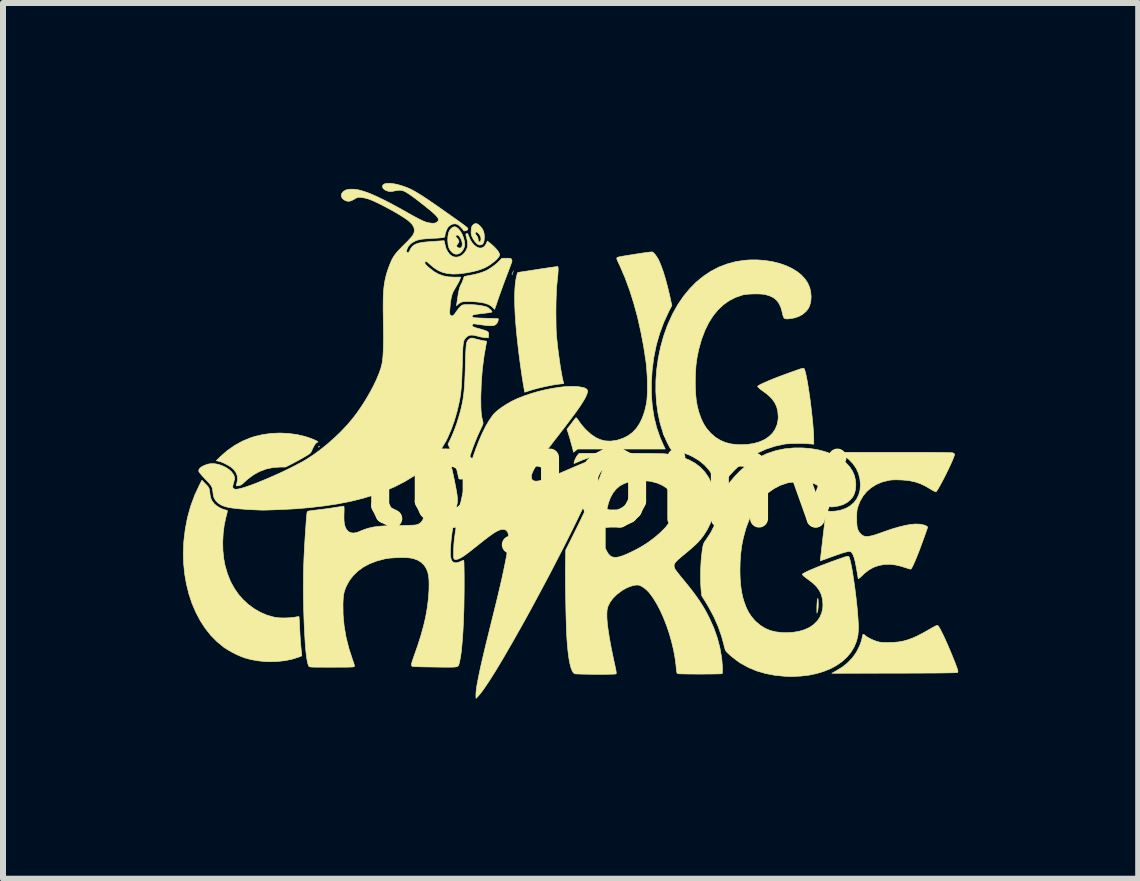
<source format=kicad_pcb>
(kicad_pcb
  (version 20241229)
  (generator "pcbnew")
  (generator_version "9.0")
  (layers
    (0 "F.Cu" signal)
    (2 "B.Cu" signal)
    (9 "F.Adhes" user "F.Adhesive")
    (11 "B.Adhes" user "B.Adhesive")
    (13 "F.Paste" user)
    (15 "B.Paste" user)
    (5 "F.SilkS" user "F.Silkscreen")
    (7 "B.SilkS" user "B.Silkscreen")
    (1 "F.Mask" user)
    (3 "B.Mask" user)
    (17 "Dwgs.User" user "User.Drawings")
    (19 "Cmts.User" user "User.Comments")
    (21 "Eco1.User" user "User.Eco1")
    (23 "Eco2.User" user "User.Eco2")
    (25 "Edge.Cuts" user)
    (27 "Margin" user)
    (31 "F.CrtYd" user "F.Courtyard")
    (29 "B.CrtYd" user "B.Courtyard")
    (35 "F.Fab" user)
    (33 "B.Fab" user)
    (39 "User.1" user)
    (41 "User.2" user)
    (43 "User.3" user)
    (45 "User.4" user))
  (footprint "logoinv"
    (layer "F.Cu")
    (at 7.024 4.903)
    (property "Reference" "logoinv" (at 0 0 0) (layer "F.SilkS") (effects (font (size 1.524 1.524) (thickness 0.3))))
    (attr through_hole)
    (fp_poly (pts (xy -1.524 -3.408) (xy -1.528 -3.404) (xy -1.532 -3.408) (xy -1.528 -3.412) (xy -1.524 -3.408)) (stroke (width 0.01) (type solid)) (fill yes) (layer "F.SilkS"))
    (fp_poly (pts (xy -1.516 -3.433) (xy -1.52 -3.429) (xy -1.524 -3.433) (xy -1.52 -3.437) (xy -1.516 -3.433)) (stroke (width 0.01) (type solid)) (fill yes) (layer "F.SilkS"))
    (fp_poly (pts (xy -1.535 -3.392) (xy -1.534 -3.382) (xy -1.535 -3.381) (xy -1.54 -3.382) (xy -1.541 -3.387) (xy -1.538 -3.394) (xy -1.535 -3.392)) (stroke (width 0.01) (type solid)) (fill yes) (layer "F.SilkS"))
    (fp_poly (pts (xy 1.897 0.208) (xy 1.902 0.218) (xy 1.9 0.221) (xy 1.892 0.228) (xy 1.888 0.22) (xy 1.888 0.215) (xy 1.892 0.207) (xy 1.897 0.208)) (stroke (width 0.01) (type solid)) (fill yes) (layer "F.SilkS"))
    (fp_poly (pts (xy -4.752 -0.511) (xy -4.754 -0.508) (xy -4.762 -0.5) (xy -4.763 -0.5) (xy -4.764 -0.505) (xy -4.763 -0.508) (xy -4.755 -0.516) (xy -4.753 -0.516) (xy -4.752 -0.511)) (stroke (width 0.01) (type solid)) (fill yes) (layer "F.SilkS"))
    (fp_poly (pts (xy 3.557 2.024) (xy 3.561 2.049) (xy 3.563 2.085) (xy 3.563 2.127) (xy 3.561 2.17) (xy 3.557 2.206) (xy 3.552 2.231) (xy 3.541 2.265) (xy 3.54 2.213) (xy 3.54 2.176) (xy 3.541 2.138) (xy 3.543 2.1) (xy 3.546 2.067) (xy 3.549 2.041) (xy 3.553 2.024) (xy 3.556 2.021) (xy 3.557 2.024)) (stroke (width 0.01) (type solid)) (fill yes) (layer "F.SilkS"))
    (fp_poly (pts (xy -2.11 -4.217) (xy -2.079 -4.191) (xy -2.067 -4.178) (xy -2.035 -4.138) (xy -2.016 -4.099) (xy -2.005 -4.057) (xy -2.002 -4.005) (xy -2.005 -3.951) (xy -2.014 -3.913) (xy -2.029 -3.887) (xy -2.052 -3.874) (xy -2.068 -3.871) (xy -2.09 -3.872) (xy -2.109 -3.88) (xy -2.132 -3.898) (xy -2.154 -3.922) (xy -2.177 -3.954) (xy -2.194 -3.981) (xy -2.209 -4.012) (xy -2.218 -4.037) (xy -2.221 -4.064) (xy -2.222 -4.069) (xy -2.155 -4.069) (xy -2.153 -4.059) (xy -2.143 -4.043) (xy -2.133 -4.031) (xy -2.113 -3.999) (xy -2.106 -3.971) (xy -2.106 -3.969) (xy -2.103 -3.942) (xy -2.094 -3.925) (xy -2.08 -3.922) (xy -2.068 -3.93) (xy -2.061 -3.945) (xy -2.058 -3.968) (xy -2.057 -3.975) (xy -2.065 -4.013) (xy -2.086 -4.049) (xy -2.117 -4.079) (xy -2.132 -4.087) (xy -2.142 -4.084) (xy -2.148 -4.079) (xy -2.155 -4.069) (xy -2.222 -4.069) (xy -2.222 -4.099) (xy -2.219 -4.147) (xy -2.209 -4.181) (xy -2.19 -4.206) (xy -2.165 -4.223) (xy -2.139 -4.228) (xy -2.11 -4.217)) (stroke (width 0.01) (type solid)) (fill yes) (layer "F.SilkS"))
    (fp_poly (pts (xy -2.465 -4.164) (xy -2.435 -4.14) (xy -2.402 -4.101) (xy -2.373 -4.05) (xy -2.35 -3.992) (xy -2.334 -3.932) (xy -2.328 -3.875) (xy -2.328 -3.874) (xy -2.334 -3.841) (xy -2.35 -3.804) (xy -2.372 -3.769) (xy -2.397 -3.742) (xy -2.403 -3.738) (xy -2.443 -3.719) (xy -2.482 -3.717) (xy -2.52 -3.732) (xy -2.539 -3.747) (xy -2.571 -3.782) (xy -2.593 -3.824) (xy -2.606 -3.874) (xy -2.611 -3.935) (xy -2.612 -3.95) (xy -2.609 -4.016) (xy -2.608 -4.018) (xy -2.478 -4.018) (xy -2.477 -4.009) (xy -2.466 -3.995) (xy -2.458 -3.986) (xy -2.435 -3.957) (xy -2.425 -3.934) (xy -2.43 -3.912) (xy -2.442 -3.894) (xy -2.456 -3.875) (xy -2.463 -3.859) (xy -2.464 -3.857) (xy -2.457 -3.837) (xy -2.439 -3.824) (xy -2.416 -3.819) (xy -2.394 -3.822) (xy -2.379 -3.836) (xy -2.379 -3.836) (xy -2.37 -3.869) (xy -2.371 -3.908) (xy -2.382 -3.95) (xy -2.4 -3.988) (xy -2.424 -4.019) (xy -2.432 -4.025) (xy -2.449 -4.036) (xy -2.459 -4.037) (xy -2.47 -4.028) (xy -2.478 -4.018) (xy -2.608 -4.018) (xy -2.599 -4.069) (xy -2.583 -4.11) (xy -2.558 -4.142) (xy -2.552 -4.148) (xy -2.522 -4.169) (xy -2.494 -4.174) (xy -2.465 -4.164)) (stroke (width 0.01) (type solid)) (fill yes) (layer "F.SilkS"))
    (fp_poly (pts (xy -5.266 -0.729) (xy -5.127 -0.711) (xy -4.995 -0.68) (xy -4.943 -0.664) (xy -4.894 -0.647) (xy -4.851 -0.63) (xy -4.816 -0.614) (xy -4.79 -0.601) (xy -4.776 -0.591) (xy -4.775 -0.585) (xy -4.783 -0.584) (xy -4.797 -0.577) (xy -4.816 -0.558) (xy -4.836 -0.53) (xy -4.854 -0.497) (xy -4.866 -0.471) (xy -4.879 -0.44) (xy -4.893 -0.414) (xy -4.905 -0.399) (xy -4.906 -0.398) (xy -4.93 -0.381) (xy -4.967 -0.358) (xy -5.012 -0.331) (xy -5.063 -0.302) (xy -5.117 -0.272) (xy -5.17 -0.244) (xy -5.2 -0.228) (xy -5.316 -0.169) (xy -5.405 -0.169) (xy -5.524 -0.161) (xy -5.638 -0.137) (xy -5.745 -0.097) (xy -5.848 -0.041) (xy -5.943 0.03) (xy -5.99 0.072) (xy -6.018 0.098) (xy -6.045 0.12) (xy -6.067 0.133) (xy -6.074 0.136) (xy -6.101 0.142) (xy -6.123 0.144) (xy -6.137 0.141) (xy -6.138 0.138) (xy -6.135 0.126) (xy -6.129 0.106) (xy -6.126 0.097) (xy -6.114 0.04) (xy -6.118 -0.017) (xy -6.138 -0.072) (xy -6.174 -0.123) (xy -6.199 -0.148) (xy -6.237 -0.177) (xy -6.286 -0.206) (xy -6.339 -0.233) (xy -6.391 -0.255) (xy -6.425 -0.265) (xy -6.469 -0.276) (xy -6.401 -0.343) (xy -6.288 -0.442) (xy -6.165 -0.528) (xy -6.033 -0.601) (xy -5.894 -0.658) (xy -5.823 -0.681) (xy -5.691 -0.711) (xy -5.552 -0.73) (xy -5.409 -0.736) (xy -5.266 -0.729)) (stroke (width 0.01) (type solid)) (fill yes) (layer "F.SilkS"))
    (fp_poly (pts (xy -1.597 -3.649) (xy -1.574 -3.647) (xy -1.56 -3.643) (xy -1.552 -3.637) (xy -1.55 -3.633) (xy -1.542 -3.613) (xy -1.541 -3.603) (xy -1.544 -3.592) (xy -1.552 -3.567) (xy -1.565 -3.531) (xy -1.582 -3.486) (xy -1.601 -3.433) (xy -1.623 -3.376) (xy -1.625 -3.372) (xy -1.651 -3.302) (xy -1.68 -3.226) (xy -1.708 -3.148) (xy -1.735 -3.073) (xy -1.759 -3.007) (xy -1.769 -2.977) (xy -1.787 -2.925) (xy -1.802 -2.879) (xy -1.815 -2.842) (xy -1.825 -2.814) (xy -1.83 -2.8) (xy -1.831 -2.798) (xy -1.837 -2.803) (xy -1.85 -2.817) (xy -1.856 -2.823) (xy -1.889 -2.854) (xy -1.933 -2.879) (xy -1.988 -2.898) (xy -2.057 -2.913) (xy -2.139 -2.922) (xy -2.215 -2.927) (xy -2.274 -2.929) (xy -2.32 -2.928) (xy -2.355 -2.925) (xy -2.383 -2.918) (xy -2.406 -2.907) (xy -2.428 -2.891) (xy -2.436 -2.884) (xy -2.466 -2.858) (xy -2.46 -2.9) (xy -2.449 -2.978) (xy -2.439 -3.04) (xy -2.43 -3.091) (xy -2.421 -3.13) (xy -2.412 -3.162) (xy -2.403 -3.187) (xy -2.392 -3.208) (xy -2.392 -3.209) (xy -2.374 -3.243) (xy -2.36 -3.279) (xy -2.353 -3.3) (xy -2.344 -3.329) (xy -2.334 -3.344) (xy -2.325 -3.348) (xy -2.309 -3.351) (xy -2.281 -3.356) (xy -2.246 -3.363) (xy -2.231 -3.366) (xy -2.165 -3.379) (xy -2.1 -3.396) (xy -2.039 -3.415) (xy -1.989 -3.435) (xy -1.968 -3.444) (xy -1.911 -3.477) (xy -1.851 -3.518) (xy -1.796 -3.562) (xy -1.757 -3.599) (xy -1.709 -3.649) (xy -1.634 -3.649) (xy -1.597 -3.649)) (stroke (width 0.01) (type solid)) (fill yes) (layer "F.SilkS"))
    (fp_poly (pts (xy -2.168 -2.311) (xy -2.141 -2.303) (xy -2.103 -2.293) (xy -2.059 -2.283) (xy -2.025 -2.276) (xy -1.963 -2.266) (xy -1.968 -2.24) (xy -2.005 -2.031) (xy -2.034 -1.812) (xy -2.052 -1.589) (xy -2.06 -1.367) (xy -2.061 -1.312) (xy -2.06 -1.228) (xy -2.059 -1.157) (xy -2.056 -1.097) (xy -2.051 -1.045) (xy -2.044 -0.999) (xy -2.034 -0.955) (xy -2.025 -0.919) (xy -2.023 -0.905) (xy -2.025 -0.89) (xy -2.032 -0.869) (xy -2.045 -0.839) (xy -2.062 -0.804) (xy -2.113 -0.693) (xy -2.166 -0.565) (xy -2.218 -0.424) (xy -2.269 -0.27) (xy -2.318 -0.11) (xy -2.358 0.03) (xy -2.39 0.032) (xy -2.415 0.031) (xy -2.426 0.024) (xy -2.429 0.012) (xy -2.435 -0.013) (xy -2.443 -0.048) (xy -2.453 -0.091) (xy -2.459 -0.114) (xy -2.487 -0.228) (xy -2.515 -0.326) (xy -2.545 -0.41) (xy -2.575 -0.48) (xy -2.608 -0.55) (xy -2.578 -0.61) (xy -2.54 -0.692) (xy -2.501 -0.787) (xy -2.464 -0.888) (xy -2.431 -0.993) (xy -2.402 -1.095) (xy -2.397 -1.113) (xy -2.381 -1.181) (xy -2.367 -1.245) (xy -2.356 -1.308) (xy -2.347 -1.373) (xy -2.339 -1.441) (xy -2.333 -1.516) (xy -2.328 -1.601) (xy -2.324 -1.696) (xy -2.32 -1.806) (xy -2.32 -1.827) (xy -2.317 -1.923) (xy -2.315 -2.004) (xy -2.312 -2.071) (xy -2.309 -2.126) (xy -2.306 -2.17) (xy -2.303 -2.204) (xy -2.298 -2.23) (xy -2.293 -2.251) (xy -2.287 -2.266) (xy -2.279 -2.278) (xy -2.27 -2.288) (xy -2.265 -2.292) (xy -2.245 -2.309) (xy -2.224 -2.317) (xy -2.2 -2.318) (xy -2.168 -2.311)) (stroke (width 0.01) (type solid)) (fill yes) (layer "F.SilkS"))
    (fp_poly (pts (xy 5.557 2.475) (xy 5.566 2.483) (xy 5.574 2.496) (xy 5.577 2.5) (xy 5.597 2.534) (xy 5.621 2.582) (xy 5.65 2.64) (xy 5.681 2.707) (xy 5.713 2.779) (xy 5.746 2.855) (xy 5.778 2.931) (xy 5.798 2.98) (xy 5.827 3.051) (xy 5.849 3.108) (xy 5.866 3.153) (xy 5.878 3.187) (xy 5.886 3.212) (xy 5.89 3.23) (xy 5.891 3.242) (xy 5.889 3.249) (xy 5.885 3.254) (xy 5.88 3.255) (xy 5.867 3.257) (xy 5.846 3.258) (xy 5.816 3.259) (xy 5.776 3.26) (xy 5.725 3.261) (xy 5.664 3.262) (xy 5.59 3.263) (xy 5.504 3.264) (xy 5.405 3.264) (xy 5.292 3.265) (xy 5.164 3.265) (xy 5.021 3.266) (xy 4.861 3.266) (xy 4.832 3.266) (xy 3.789 3.268) (xy 3.852 3.233) (xy 3.961 3.167) (xy 4.054 3.092) (xy 4.133 3.01) (xy 4.198 2.918) (xy 4.249 2.818) (xy 4.272 2.757) (xy 4.284 2.721) (xy 4.293 2.684) (xy 4.298 2.658) (xy 4.304 2.63) (xy 4.313 2.618) (xy 4.327 2.622) (xy 4.34 2.634) (xy 4.362 2.652) (xy 4.396 2.673) (xy 4.437 2.695) (xy 4.483 2.716) (xy 4.528 2.733) (xy 4.528 2.733) (xy 4.555 2.741) (xy 4.579 2.747) (xy 4.605 2.751) (xy 4.636 2.754) (xy 4.676 2.755) (xy 4.729 2.755) (xy 4.815 2.753) (xy 4.896 2.746) (xy 4.973 2.733) (xy 5.049 2.712) (xy 5.128 2.684) (xy 5.211 2.647) (xy 5.302 2.6) (xy 5.393 2.549) (xy 5.445 2.519) (xy 5.484 2.497) (xy 5.513 2.482) (xy 5.533 2.473) (xy 5.547 2.471) (xy 5.557 2.475)) (stroke (width 0.01) (type solid)) (fill yes) (layer "F.SilkS"))
    (fp_poly (pts (xy -0.78 -3.509) (xy -0.775 -3.503) (xy -0.772 -3.489) (xy -0.772 -3.464) (xy -0.773 -3.429) (xy -0.776 -3.381) (xy -0.782 -3.319) (xy -0.79 -3.242) (xy -0.793 -3.213) (xy -0.798 -3.16) (xy -0.801 -3.094) (xy -0.804 -3.016) (xy -0.807 -2.931) (xy -0.808 -2.84) (xy -0.809 -2.747) (xy -0.808 -2.655) (xy -0.807 -2.567) (xy -0.806 -2.486) (xy -0.803 -2.414) (xy -0.799 -2.355) (xy -0.797 -2.333) (xy -0.786 -2.227) (xy -0.774 -2.121) (xy -0.76 -2.017) (xy -0.746 -1.916) (xy -0.732 -1.822) (xy -0.717 -1.738) (xy -0.704 -1.665) (xy -0.691 -1.608) (xy -0.679 -1.56) (xy -0.734 -1.554) (xy -0.817 -1.544) (xy -0.909 -1.527) (xy -1.007 -1.507) (xy -1.104 -1.484) (xy -1.196 -1.459) (xy -1.268 -1.436) (xy -1.297 -1.426) (xy -1.319 -1.42) (xy -1.329 -1.417) (xy -1.329 -1.417) (xy -1.331 -1.426) (xy -1.335 -1.448) (xy -1.34 -1.479) (xy -1.346 -1.512) (xy -1.352 -1.544) (xy -1.359 -1.59) (xy -1.368 -1.647) (xy -1.378 -1.711) (xy -1.388 -1.78) (xy -1.398 -1.851) (xy -1.401 -1.871) (xy -1.426 -2.059) (xy -1.447 -2.239) (xy -1.465 -2.41) (xy -1.479 -2.57) (xy -1.489 -2.72) (xy -1.495 -2.858) (xy -1.497 -2.984) (xy -1.495 -3.096) (xy -1.489 -3.193) (xy -1.479 -3.275) (xy -1.478 -3.285) (xy -1.469 -3.327) (xy -1.461 -3.364) (xy -1.453 -3.392) (xy -1.447 -3.409) (xy -1.444 -3.412) (xy -1.435 -3.413) (xy -1.411 -3.417) (xy -1.375 -3.423) (xy -1.327 -3.43) (xy -1.269 -3.439) (xy -1.204 -3.449) (xy -1.133 -3.46) (xy -1.117 -3.463) (xy -1.044 -3.474) (xy -0.977 -3.484) (xy -0.916 -3.493) (xy -0.865 -3.5) (xy -0.824 -3.506) (xy -0.795 -3.509) (xy -0.781 -3.51) (xy -0.78 -3.509)) (stroke (width 0.01) (type solid)) (fill yes) (layer "F.SilkS"))
    (fp_poly (pts (xy -6.649 0.113) (xy -6.622 0.14) (xy -6.604 0.162) (xy -6.592 0.182) (xy -6.585 0.205) (xy -6.58 0.235) (xy -6.575 0.277) (xy -6.574 0.287) (xy -6.564 0.342) (xy -6.543 0.39) (xy -6.509 0.436) (xy -6.501 0.445) (xy -6.468 0.474) (xy -6.425 0.502) (xy -6.378 0.526) (xy -6.333 0.542) (xy -6.316 0.546) (xy -6.294 0.551) (xy -6.285 0.558) (xy -6.285 0.57) (xy -6.285 0.57) (xy -6.288 0.586) (xy -6.295 0.614) (xy -6.304 0.649) (xy -6.31 0.673) (xy -6.338 0.804) (xy -6.355 0.942) (xy -6.362 1.083) (xy -6.359 1.223) (xy -6.345 1.357) (xy -6.324 1.469) (xy -6.283 1.61) (xy -6.231 1.74) (xy -6.165 1.859) (xy -6.088 1.968) (xy -6.026 2.037) (xy -5.936 2.12) (xy -5.837 2.193) (xy -5.733 2.253) (xy -5.625 2.299) (xy -5.516 2.33) (xy -5.479 2.337) (xy -5.428 2.343) (xy -5.367 2.346) (xy -5.301 2.345) (xy -5.237 2.342) (xy -5.181 2.336) (xy -5.16 2.333) (xy -5.129 2.327) (xy -5.105 2.324) (xy -5.092 2.323) (xy -5.091 2.323) (xy -5.09 2.332) (xy -5.088 2.355) (xy -5.086 2.39) (xy -5.083 2.435) (xy -5.081 2.487) (xy -5.08 2.507) (xy -5.074 2.624) (xy -5.067 2.73) (xy -5.059 2.83) (xy -5.049 2.927) (xy -5.044 2.977) (xy -5.09 2.996) (xy -5.199 3.031) (xy -5.32 3.057) (xy -5.45 3.071) (xy -5.587 3.075) (xy -5.66 3.072) (xy -5.774 3.06) (xy -5.889 3.04) (xy -5.996 3.011) (xy -6 3.009) (xy -6.062 2.986) (xy -6.132 2.955) (xy -6.204 2.919) (xy -6.272 2.88) (xy -6.331 2.843) (xy -6.345 2.833) (xy -6.456 2.742) (xy -6.559 2.638) (xy -6.652 2.521) (xy -6.736 2.392) (xy -6.81 2.252) (xy -6.874 2.103) (xy -6.926 1.945) (xy -6.967 1.78) (xy -6.997 1.609) (xy -7.014 1.432) (xy -7.019 1.278) (xy -7.011 1.072) (xy -6.987 0.87) (xy -6.949 0.672) (xy -6.896 0.481) (xy -6.828 0.297) (xy -6.749 0.129) (xy -6.709 0.05) (xy -6.649 0.113)) (stroke (width 0.01) (type solid)) (fill yes) (layer "F.SilkS"))
    (fp_poly (pts (xy 0.796 -3.755) (xy 0.818 -3.741) (xy 0.842 -3.715) (xy 0.869 -3.678) (xy 0.896 -3.634) (xy 0.911 -3.603) (xy 0.945 -3.522) (xy 0.98 -3.424) (xy 1.015 -3.31) (xy 1.05 -3.18) (xy 1.085 -3.034) (xy 1.088 -3.02) (xy 1.123 -2.861) (xy 1.074 -2.766) (xy 0.989 -2.582) (xy 0.919 -2.393) (xy 0.863 -2.198) (xy 0.822 -1.995) (xy 0.795 -1.785) (xy 0.781 -1.571) (xy 0.782 -1.371) (xy 0.798 -1.18) (xy 0.827 -0.998) (xy 0.87 -0.825) (xy 0.928 -0.659) (xy 0.971 -0.559) (xy 1.013 -0.47) (xy -0.447 -0.47) (xy -0.481 -0.443) (xy -0.514 -0.416) (xy -0.545 -0.532) (xy -0.559 -0.582) (xy -0.573 -0.635) (xy -0.588 -0.684) (xy -0.6 -0.722) (xy -0.6 -0.723) (xy -0.625 -0.799) (xy -0.556 -0.888) (xy -0.53 -0.923) (xy -0.507 -0.953) (xy -0.489 -0.975) (xy -0.479 -0.988) (xy -0.479 -0.989) (xy -0.472 -0.991) (xy -0.462 -0.984) (xy -0.448 -0.966) (xy -0.427 -0.935) (xy -0.423 -0.929) (xy -0.398 -0.894) (xy -0.365 -0.853) (xy -0.329 -0.812) (xy -0.301 -0.783) (xy -0.224 -0.714) (xy -0.145 -0.661) (xy -0.066 -0.625) (xy 0.016 -0.605) (xy 0.102 -0.601) (xy 0.192 -0.613) (xy 0.216 -0.618) (xy 0.31 -0.649) (xy 0.393 -0.691) (xy 0.467 -0.746) (xy 0.531 -0.813) (xy 0.585 -0.894) (xy 0.631 -0.988) (xy 0.669 -1.097) (xy 0.698 -1.22) (xy 0.7 -1.23) (xy 0.707 -1.282) (xy 0.712 -1.347) (xy 0.715 -1.423) (xy 0.716 -1.507) (xy 0.715 -1.595) (xy 0.712 -1.685) (xy 0.706 -1.773) (xy 0.699 -1.856) (xy 0.692 -1.922) (xy 0.653 -2.179) (xy 0.605 -2.429) (xy 0.551 -2.669) (xy 0.488 -2.9) (xy 0.419 -3.118) (xy 0.343 -3.324) (xy 0.261 -3.515) (xy 0.238 -3.564) (xy 0.22 -3.602) (xy 0.209 -3.628) (xy 0.205 -3.645) (xy 0.207 -3.656) (xy 0.215 -3.663) (xy 0.218 -3.665) (xy 0.231 -3.669) (xy 0.258 -3.674) (xy 0.296 -3.682) (xy 0.344 -3.69) (xy 0.399 -3.699) (xy 0.458 -3.708) (xy 0.519 -3.718) (xy 0.579 -3.727) (xy 0.637 -3.736) (xy 0.689 -3.743) (xy 0.734 -3.749) (xy 0.768 -3.753) (xy 0.79 -3.755) (xy 0.796 -3.755)) (stroke (width 0.01) (type solid)) (fill yes) (layer "F.SilkS"))
    (fp_poly (pts (xy 5.009 -0.415) (xy 5.156 -0.415) (xy 5.287 -0.414) (xy 5.402 -0.414) (xy 5.502 -0.413) (xy 5.587 -0.412) (xy 5.657 -0.412) (xy 5.714 -0.41) (xy 5.757 -0.409) (xy 5.786 -0.408) (xy 5.803 -0.406) (xy 5.807 -0.406) (xy 5.828 -0.393) (xy 5.834 -0.379) (xy 5.83 -0.36) (xy 5.819 -0.329) (xy 5.803 -0.288) (xy 5.781 -0.239) (xy 5.756 -0.184) (xy 5.728 -0.125) (xy 5.699 -0.065) (xy 5.668 -0.004) (xy 5.638 0.054) (xy 5.609 0.108) (xy 5.583 0.156) (xy 5.56 0.195) (xy 5.541 0.224) (xy 5.528 0.24) (xy 5.524 0.243) (xy 5.512 0.24) (xy 5.49 0.23) (xy 5.461 0.215) (xy 5.446 0.205) (xy 5.354 0.151) (xy 5.267 0.109) (xy 5.179 0.079) (xy 5.086 0.059) (xy 4.984 0.048) (xy 4.928 0.045) (xy 4.867 0.043) (xy 4.818 0.044) (xy 4.776 0.047) (xy 4.735 0.053) (xy 4.729 0.055) (xy 4.623 0.082) (xy 4.527 0.123) (xy 4.442 0.177) (xy 4.368 0.242) (xy 4.306 0.319) (xy 4.256 0.407) (xy 4.224 0.491) (xy 4.216 0.519) (xy 4.21 0.545) (xy 4.207 0.573) (xy 4.205 0.608) (xy 4.204 0.654) (xy 4.204 0.686) (xy 4.205 0.753) (xy 4.208 0.806) (xy 4.215 0.848) (xy 4.227 0.882) (xy 4.242 0.911) (xy 4.264 0.937) (xy 4.266 0.939) (xy 4.288 0.96) (xy 4.312 0.976) (xy 4.338 0.985) (xy 4.368 0.989) (xy 4.405 0.986) (xy 4.45 0.977) (xy 4.505 0.962) (xy 4.571 0.94) (xy 4.652 0.911) (xy 4.652 0.911) (xy 4.785 0.865) (xy 4.904 0.83) (xy 5.01 0.804) (xy 5.104 0.787) (xy 5.185 0.78) (xy 5.255 0.783) (xy 5.275 0.786) (xy 5.321 0.796) (xy 5.356 0.808) (xy 5.378 0.821) (xy 5.385 0.833) (xy 5.382 0.845) (xy 5.374 0.869) (xy 5.362 0.905) (xy 5.346 0.95) (xy 5.328 1.001) (xy 5.308 1.057) (xy 5.287 1.114) (xy 5.266 1.17) (xy 5.246 1.224) (xy 5.227 1.272) (xy 5.218 1.295) (xy 5.189 1.367) (xy 5.163 1.427) (xy 5.141 1.475) (xy 5.123 1.509) (xy 5.11 1.528) (xy 5.103 1.532) (xy 5.089 1.53) (xy 5.065 1.523) (xy 5.041 1.515) (xy 4.938 1.483) (xy 4.846 1.462) (xy 4.762 1.452) (xy 4.685 1.453) (xy 4.659 1.455) (xy 4.568 1.473) (xy 4.486 1.501) (xy 4.411 1.543) (xy 4.338 1.598) (xy 4.303 1.632) (xy 4.275 1.658) (xy 4.252 1.678) (xy 4.236 1.69) (xy 4.23 1.691) (xy 4.227 1.679) (xy 4.223 1.654) (xy 4.217 1.619) (xy 4.21 1.577) (xy 4.208 1.566) (xy 4.192 1.476) (xy 4.177 1.401) (xy 4.161 1.342) (xy 4.144 1.296) (xy 4.127 1.264) (xy 4.108 1.245) (xy 4.088 1.237) (xy 4.082 1.236) (xy 4.059 1.239) (xy 4.025 1.247) (xy 3.978 1.26) (xy 3.918 1.28) (xy 3.845 1.305) (xy 3.77 1.332) (xy 3.719 1.351) (xy 3.675 1.367) (xy 3.639 1.379) (xy 3.613 1.388) (xy 3.6 1.393) (xy 3.598 1.393) (xy 3.599 1.379) (xy 3.602 1.351) (xy 3.606 1.31) (xy 3.612 1.259) (xy 3.618 1.199) (xy 3.626 1.134) (xy 3.634 1.064) (xy 3.642 0.992) (xy 3.651 0.921) (xy 3.659 0.851) (xy 3.659 0.848) (xy 3.694 0.558) (xy 3.72 0.564) (xy 3.755 0.568) (xy 3.8 0.568) (xy 3.851 0.565) (xy 3.901 0.557) (xy 3.932 0.551) (xy 4.018 0.521) (xy 4.092 0.48) (xy 4.154 0.427) (xy 4.203 0.365) (xy 4.238 0.293) (xy 4.259 0.214) (xy 4.266 0.126) (xy 4.258 0.035) (xy 4.235 -0.059) (xy 4.196 -0.146) (xy 4.142 -0.225) (xy 4.072 -0.298) (xy 3.987 -0.364) (xy 3.987 -0.364) (xy 3.91 -0.415) (xy 4.845 -0.415) (xy 5.009 -0.415)) (stroke (width 0.01) (type solid)) (fill yes) (layer "F.SilkS"))
    (fp_poly (pts (xy -0.462 -1.511) (xy -0.43 -1.508) (xy -0.372 -1.498) (xy -0.329 -1.487) (xy -0.301 -1.472) (xy -0.286 -1.454) (xy -0.281 -1.431) (xy -0.283 -1.42) (xy -0.29 -1.393) (xy -0.302 -1.362) (xy -0.319 -1.326) (xy -0.342 -1.284) (xy -0.372 -1.236) (xy -0.408 -1.18) (xy -0.453 -1.116) (xy -0.505 -1.044) (xy -0.567 -0.961) (xy -0.637 -0.868) (xy -0.718 -0.763) (xy -0.774 -0.69) (xy -0.861 -0.578) (xy -0.936 -0.479) (xy -1.002 -0.391) (xy -1.058 -0.313) (xy -1.105 -0.245) (xy -1.143 -0.186) (xy -1.173 -0.135) (xy -1.195 -0.092) (xy -1.21 -0.055) (xy -1.218 -0.024) (xy -1.219 0.002) (xy -1.215 0.024) (xy -1.206 0.04) (xy -1.189 0.054) (xy -1.165 0.064) (xy -1.164 0.064) (xy -1.144 0.066) (xy -1.121 0.065) (xy -1.093 0.061) (xy -1.06 0.053) (xy -1.02 0.041) (xy -0.971 0.025) (xy -0.914 0.003) (xy -0.847 -0.024) (xy -0.768 -0.057) (xy -0.676 -0.096) (xy -0.571 -0.141) (xy -0.521 -0.163) (xy -0.424 -0.204) (xy -0.342 -0.238) (xy -0.272 -0.264) (xy -0.213 -0.284) (xy -0.164 -0.297) (xy -0.125 -0.304) (xy -0.093 -0.304) (xy -0.072 -0.301) (xy -0.058 -0.295) (xy -0.052 -0.282) (xy -0.051 -0.264) (xy -0.055 -0.232) (xy -0.067 -0.185) (xy -0.086 -0.125) (xy -0.113 -0.052) (xy -0.146 0.033) (xy -0.187 0.129) (xy -0.233 0.236) (xy -0.286 0.353) (xy -0.344 0.479) (xy -0.408 0.614) (xy -0.477 0.757) (xy -0.551 0.907) (xy -0.58 0.965) (xy -0.665 1.135) (xy -0.753 1.306) (xy -0.841 1.477) (xy -0.93 1.648) (xy -1.02 1.817) (xy -1.109 1.983) (xy -1.197 2.147) (xy -1.284 2.306) (xy -1.37 2.461) (xy -1.454 2.61) (xy -1.535 2.753) (xy -1.613 2.888) (xy -1.687 3.016) (xy -1.758 3.134) (xy -1.824 3.243) (xy -1.886 3.341) (xy -1.942 3.428) (xy -1.992 3.503) (xy -2.036 3.565) (xy -2.074 3.613) (xy -2.096 3.639) (xy -2.141 3.687) (xy -2.142 3.63) (xy -2.141 3.597) (xy -2.138 3.559) (xy -2.132 3.513) (xy -2.124 3.459) (xy -2.112 3.396) (xy -2.098 3.324) (xy -2.081 3.242) (xy -2.061 3.149) (xy -2.037 3.044) (xy -2.009 2.926) (xy -1.978 2.795) (xy -1.942 2.65) (xy -1.903 2.49) (xy -1.867 2.345) (xy -1.82 2.156) (xy -1.778 1.983) (xy -1.741 1.825) (xy -1.708 1.682) (xy -1.68 1.552) (xy -1.656 1.436) (xy -1.636 1.333) (xy -1.621 1.242) (xy -1.609 1.163) (xy -1.602 1.095) (xy -1.599 1.037) (xy -1.599 0.99) (xy -1.603 0.952) (xy -1.61 0.923) (xy -1.612 0.92) (xy -1.633 0.889) (xy -1.663 0.872) (xy -1.701 0.869) (xy -1.721 0.873) (xy -1.746 0.88) (xy -1.771 0.89) (xy -1.797 0.903) (xy -1.827 0.92) (xy -1.861 0.942) (xy -1.901 0.971) (xy -1.949 1.006) (xy -2.006 1.05) (xy -2.074 1.104) (xy -2.114 1.136) (xy -2.183 1.19) (xy -2.24 1.235) (xy -2.287 1.271) (xy -2.326 1.3) (xy -2.359 1.322) (xy -2.386 1.339) (xy -2.41 1.351) (xy -2.432 1.361) (xy -2.438 1.364) (xy -2.472 1.373) (xy -2.494 1.371) (xy -2.508 1.36) (xy -2.512 1.346) (xy -2.514 1.318) (xy -2.514 1.279) (xy -2.514 1.232) (xy -2.512 1.181) (xy -2.51 1.128) (xy -2.506 1.076) (xy -2.501 1.033) (xy -2.486 0.918) (xy -2.466 0.79) (xy -2.442 0.654) (xy -2.414 0.512) (xy -2.384 0.368) (xy -2.351 0.225) (xy -2.317 0.088) (xy -2.298 0.016) (xy -2.248 -0.159) (xy -2.196 -0.323) (xy -2.143 -0.474) (xy -2.089 -0.613) (xy -2.034 -0.738) (xy -1.979 -0.849) (xy -1.923 -0.944) (xy -1.868 -1.024) (xy -1.843 -1.055) (xy -1.805 -1.092) (xy -1.755 -1.133) (xy -1.695 -1.176) (xy -1.628 -1.218) (xy -1.558 -1.259) (xy -1.487 -1.294) (xy -1.452 -1.31) (xy -1.344 -1.353) (xy -1.229 -1.392) (xy -1.111 -1.427) (xy -0.991 -1.456) (xy -0.872 -1.48) (xy -0.758 -1.498) (xy -0.649 -1.51) (xy -0.55 -1.514) (xy -0.462 -1.511)) (stroke (width 0.01) (type solid)) (fill yes) (layer "F.SilkS"))
    (fp_poly (pts (xy 2.554 -3.621) (xy 2.682 -3.611) (xy 2.804 -3.591) (xy 2.918 -3.563) (xy 3.024 -3.526) (xy 3.121 -3.481) (xy 3.207 -3.429) (xy 3.281 -3.37) (xy 3.342 -3.305) (xy 3.389 -3.234) (xy 3.421 -3.159) (xy 3.437 -3.088) (xy 3.444 -3.014) (xy 3.44 -2.943) (xy 3.434 -2.91) (xy 3.421 -2.863) (xy 3.406 -2.827) (xy 3.385 -2.794) (xy 3.356 -2.759) (xy 3.354 -2.758) (xy 3.3 -2.712) (xy 3.234 -2.677) (xy 3.155 -2.652) (xy 3.067 -2.639) (xy 3.067 -2.639) (xy 3.034 -2.638) (xy 3.011 -2.642) (xy 2.994 -2.653) (xy 2.982 -2.674) (xy 2.971 -2.709) (xy 2.964 -2.743) (xy 2.942 -2.824) (xy 2.912 -2.89) (xy 2.874 -2.944) (xy 2.826 -2.985) (xy 2.766 -3.017) (xy 2.694 -3.04) (xy 2.674 -3.045) (xy 2.633 -3.051) (xy 2.581 -3.054) (xy 2.521 -3.055) (xy 2.459 -3.054) (xy 2.399 -3.05) (xy 2.346 -3.045) (xy 2.304 -3.038) (xy 2.299 -3.036) (xy 2.184 -2.996) (xy 2.078 -2.942) (xy 1.981 -2.873) (xy 1.892 -2.789) (xy 1.812 -2.691) (xy 1.74 -2.579) (xy 1.677 -2.452) (xy 1.623 -2.311) (xy 1.606 -2.256) (xy 1.57 -2.125) (xy 1.543 -1.994) (xy 1.525 -1.861) (xy 1.516 -1.72) (xy 1.513 -1.587) (xy 1.515 -1.474) (xy 1.521 -1.373) (xy 1.53 -1.283) (xy 1.544 -1.2) (xy 1.563 -1.12) (xy 1.58 -1.063) (xy 1.614 -0.97) (xy 1.653 -0.889) (xy 1.699 -0.817) (xy 1.755 -0.751) (xy 1.777 -0.728) (xy 1.851 -0.664) (xy 1.931 -0.615) (xy 2.017 -0.578) (xy 2.113 -0.554) (xy 2.218 -0.543) (xy 2.278 -0.541) (xy 2.392 -0.547) (xy 2.496 -0.564) (xy 2.589 -0.591) (xy 2.672 -0.629) (xy 2.742 -0.677) (xy 2.8 -0.733) (xy 2.845 -0.799) (xy 2.876 -0.872) (xy 2.893 -0.954) (xy 2.896 -1.007) (xy 2.889 -1.095) (xy 2.87 -1.174) (xy 2.837 -1.244) (xy 2.79 -1.308) (xy 2.768 -1.33) (xy 2.736 -1.361) (xy 2.699 -1.392) (xy 2.666 -1.417) (xy 2.659 -1.422) (xy 2.617 -1.452) (xy 2.584 -1.478) (xy 2.562 -1.499) (xy 2.553 -1.513) (xy 2.553 -1.517) (xy 2.566 -1.527) (xy 2.593 -1.542) (xy 2.632 -1.561) (xy 2.683 -1.584) (xy 2.742 -1.61) (xy 2.81 -1.638) (xy 2.884 -1.667) (xy 2.962 -1.696) (xy 3.043 -1.726) (xy 3.094 -1.744) (xy 3.161 -1.768) (xy 3.214 -1.787) (xy 3.254 -1.801) (xy 3.284 -1.81) (xy 3.305 -1.814) (xy 3.319 -1.814) (xy 3.328 -1.809) (xy 3.333 -1.801) (xy 3.337 -1.788) (xy 3.342 -1.771) (xy 3.344 -1.765) (xy 3.356 -1.72) (xy 3.368 -1.661) (xy 3.382 -1.589) (xy 3.395 -1.507) (xy 3.409 -1.417) (xy 3.423 -1.322) (xy 3.436 -1.222) (xy 3.448 -1.122) (xy 3.459 -1.023) (xy 3.469 -0.927) (xy 3.477 -0.836) (xy 3.483 -0.753) (xy 3.487 -0.68) (xy 3.488 -0.619) (xy 3.488 -0.617) (xy 3.488 -0.55) (xy 3.418 -0.556) (xy 3.371 -0.56) (xy 3.315 -0.562) (xy 3.252 -0.563) (xy 3.188 -0.562) (xy 3.127 -0.561) (xy 3.071 -0.558) (xy 3.025 -0.555) (xy 2.997 -0.551) (xy 2.841 -0.517) (xy 2.693 -0.468) (xy 2.553 -0.405) (xy 2.42 -0.326) (xy 2.299 -0.238) (xy 2.228 -0.177) (xy 2.154 -0.105) (xy 2.082 -0.027) (xy 2.017 0.053) (xy 1.976 0.108) (xy 1.962 0.128) (xy 1.951 0.141) (xy 1.947 0.143) (xy 1.937 0.141) (xy 1.917 0.135) (xy 1.906 0.132) (xy 1.885 0.126) (xy 1.872 0.117) (xy 1.861 0.101) (xy 1.85 0.074) (xy 1.849 0.072) (xy 1.803 -0.03) (xy 1.742 -0.121) (xy 1.667 -0.204) (xy 1.579 -0.276) (xy 1.477 -0.338) (xy 1.466 -0.344) (xy 1.397 -0.376) (xy 1.318 -0.404) (xy 1.238 -0.428) (xy 1.174 -0.442) (xy 1.142 -0.448) (xy 1.123 -0.455) (xy 1.109 -0.465) (xy 1.097 -0.482) (xy 1.094 -0.486) (xy 1.075 -0.52) (xy 1.052 -0.566) (xy 1.027 -0.618) (xy 1.004 -0.673) (xy 0.982 -0.726) (xy 0.975 -0.745) (xy 0.927 -0.903) (xy 0.891 -1.071) (xy 0.867 -1.246) (xy 0.856 -1.427) (xy 0.857 -1.611) (xy 0.871 -1.797) (xy 0.897 -1.983) (xy 0.935 -2.167) (xy 0.985 -2.348) (xy 1.046 -2.522) (xy 1.062 -2.559) (xy 1.137 -2.724) (xy 1.222 -2.875) (xy 1.316 -3.014) (xy 1.419 -3.139) (xy 1.529 -3.251) (xy 1.648 -3.348) (xy 1.773 -3.432) (xy 1.905 -3.501) (xy 2.044 -3.554) (xy 2.188 -3.593) (xy 2.338 -3.615) (xy 2.421 -3.621) (xy 2.554 -3.621)) (stroke (width 0.01) (type solid)) (fill yes) (layer "F.SilkS"))
    (fp_poly (pts (xy 3.299 -0.488) (xy 3.427 -0.478) (xy 3.549 -0.459) (xy 3.663 -0.43) (xy 3.769 -0.393) (xy 3.866 -0.349) (xy 3.952 -0.297) (xy 4.026 -0.238) (xy 4.087 -0.172) (xy 4.134 -0.101) (xy 4.166 -0.026) (xy 4.182 0.045) (xy 4.189 0.119) (xy 4.185 0.189) (xy 4.179 0.223) (xy 4.166 0.27) (xy 4.151 0.306) (xy 4.131 0.338) (xy 4.101 0.373) (xy 4.099 0.375) (xy 4.045 0.42) (xy 3.979 0.456) (xy 3.901 0.48) (xy 3.812 0.494) (xy 3.812 0.494) (xy 3.779 0.495) (xy 3.756 0.491) (xy 3.739 0.48) (xy 3.727 0.458) (xy 3.717 0.424) (xy 3.709 0.389) (xy 3.687 0.309) (xy 3.657 0.242) (xy 3.619 0.189) (xy 3.571 0.147) (xy 3.512 0.115) (xy 3.439 0.092) (xy 3.419 0.088) (xy 3.378 0.082) (xy 3.326 0.079) (xy 3.266 0.078) (xy 3.204 0.079) (xy 3.144 0.082) (xy 3.091 0.088) (xy 3.049 0.095) (xy 3.044 0.097) (xy 2.929 0.136) (xy 2.824 0.191) (xy 2.726 0.26) (xy 2.637 0.343) (xy 2.557 0.441) (xy 2.485 0.554) (xy 2.422 0.681) (xy 2.368 0.822) (xy 2.351 0.876) (xy 2.315 1.008) (xy 2.288 1.139) (xy 2.271 1.272) (xy 2.261 1.413) (xy 2.258 1.545) (xy 2.26 1.659) (xy 2.266 1.759) (xy 2.276 1.85) (xy 2.29 1.933) (xy 2.308 2.013) (xy 2.325 2.07) (xy 2.359 2.163) (xy 2.398 2.244) (xy 2.444 2.315) (xy 2.5 2.382) (xy 2.522 2.405) (xy 2.596 2.468) (xy 2.676 2.518) (xy 2.762 2.555) (xy 2.858 2.578) (xy 2.963 2.59) (xy 3.023 2.592) (xy 3.137 2.586) (xy 3.241 2.569) (xy 3.335 2.541) (xy 3.417 2.504) (xy 3.487 2.456) (xy 3.545 2.399) (xy 3.59 2.334) (xy 3.621 2.26) (xy 3.638 2.179) (xy 3.641 2.125) (xy 3.634 2.037) (xy 3.615 1.959) (xy 3.582 1.889) (xy 3.535 1.825) (xy 3.513 1.802) (xy 3.481 1.772) (xy 3.444 1.741) (xy 3.411 1.716) (xy 3.405 1.711) (xy 3.362 1.681) (xy 3.329 1.655) (xy 3.307 1.634) (xy 3.298 1.62) (xy 3.298 1.616) (xy 3.311 1.606) (xy 3.338 1.591) (xy 3.377 1.571) (xy 3.428 1.548) (xy 3.488 1.523) (xy 3.555 1.495) (xy 3.629 1.466) (xy 3.707 1.436) (xy 3.788 1.406) (xy 3.839 1.388) (xy 3.906 1.364) (xy 3.959 1.346) (xy 3.999 1.332) (xy 4.029 1.323) (xy 4.05 1.319) (xy 4.064 1.319) (xy 4.073 1.323) (xy 4.078 1.332) (xy 4.082 1.345) (xy 4.087 1.361) (xy 4.089 1.367) (xy 4.101 1.413) (xy 4.114 1.474) (xy 4.128 1.547) (xy 4.141 1.63) (xy 4.155 1.721) (xy 4.169 1.817) (xy 4.182 1.918) (xy 4.194 2.019) (xy 4.205 2.119) (xy 4.215 2.216) (xy 4.222 2.308) (xy 4.228 2.392) (xy 4.232 2.465) (xy 4.233 2.524) (xy 4.225 2.63) (xy 4.201 2.732) (xy 4.162 2.828) (xy 4.108 2.918) (xy 4.039 3) (xy 3.957 3.075) (xy 3.862 3.14) (xy 3.767 3.191) (xy 3.653 3.237) (xy 3.529 3.274) (xy 3.403 3.3) (xy 3.279 3.314) (xy 3.263 3.315) (xy 3.222 3.317) (xy 3.185 3.319) (xy 3.157 3.321) (xy 3.145 3.322) (xy 3.128 3.322) (xy 3.097 3.322) (xy 3.057 3.32) (xy 3.013 3.318) (xy 3.006 3.318) (xy 2.842 3.302) (xy 2.686 3.272) (xy 2.538 3.229) (xy 2.4 3.172) (xy 2.272 3.101) (xy 2.245 3.084) (xy 2.209 3.058) (xy 2.17 3.028) (xy 2.129 2.996) (xy 2.091 2.964) (xy 2.058 2.934) (xy 2.033 2.909) (xy 2.02 2.893) (xy 2.013 2.876) (xy 2.004 2.848) (xy 1.995 2.814) (xy 1.994 2.807) (xy 1.952 2.651) (xy 1.896 2.491) (xy 1.825 2.33) (xy 1.739 2.169) (xy 1.688 2.083) (xy 1.622 1.977) (xy 1.611 1.884) (xy 1.605 1.8) (xy 1.602 1.704) (xy 1.602 1.6) (xy 1.605 1.494) (xy 1.611 1.388) (xy 1.621 1.289) (xy 1.632 1.2) (xy 1.638 1.165) (xy 1.646 1.129) (xy 1.656 1.101) (xy 1.67 1.075) (xy 1.693 1.043) (xy 1.696 1.038) (xy 1.771 0.925) (xy 1.83 0.809) (xy 1.871 0.688) (xy 1.897 0.565) (xy 1.906 0.445) (xy 1.907 0.36) (xy 1.953 0.281) (xy 2.018 0.18) (xy 2.093 0.079) (xy 2.175 -0.017) (xy 2.26 -0.104) (xy 2.327 -0.164) (xy 2.453 -0.258) (xy 2.583 -0.336) (xy 2.719 -0.398) (xy 2.861 -0.444) (xy 3.008 -0.474) (xy 3.162 -0.488) (xy 3.167 -0.488) (xy 3.299 -0.488)) (stroke (width 0.01) (type solid)) (fill yes) (layer "F.SilkS"))
    (fp_poly (pts (xy 0.392 -0.398) (xy 0.507 -0.398) (xy 0.606 -0.397) (xy 0.693 -0.397) (xy 0.767 -0.396) (xy 0.831 -0.395) (xy 0.884 -0.394) (xy 0.929 -0.393) (xy 0.966 -0.392) (xy 0.998 -0.39) (xy 1.024 -0.388) (xy 1.046 -0.385) (xy 1.047 -0.385) (xy 1.183 -0.363) (xy 1.305 -0.33) (xy 1.414 -0.286) (xy 1.511 -0.232) (xy 1.596 -0.167) (xy 1.669 -0.091) (xy 1.73 -0.004) (xy 1.742 0.017) (xy 1.783 0.108) (xy 1.811 0.209) (xy 1.827 0.322) (xy 1.83 0.407) (xy 1.823 0.534) (xy 1.802 0.652) (xy 1.766 0.765) (xy 1.714 0.873) (xy 1.647 0.978) (xy 1.588 1.052) (xy 1.552 1.091) (xy 1.502 1.139) (xy 1.438 1.196) (xy 1.361 1.261) (xy 1.275 1.332) (xy 1.227 1.373) (xy 1.193 1.407) (xy 1.171 1.436) (xy 1.161 1.464) (xy 1.161 1.491) (xy 1.171 1.52) (xy 1.176 1.531) (xy 1.186 1.547) (xy 1.206 1.573) (xy 1.232 1.607) (xy 1.264 1.647) (xy 1.299 1.69) (xy 1.309 1.702) (xy 1.389 1.8) (xy 1.459 1.888) (xy 1.52 1.97) (xy 1.574 2.046) (xy 1.622 2.12) (xy 1.667 2.194) (xy 1.709 2.271) (xy 1.749 2.349) (xy 1.823 2.515) (xy 1.881 2.679) (xy 1.924 2.843) (xy 1.95 2.993) (xy 1.956 3.039) (xy 1.96 3.088) (xy 1.964 3.137) (xy 1.966 3.183) (xy 1.966 3.222) (xy 1.965 3.253) (xy 1.963 3.271) (xy 1.961 3.274) (xy 1.951 3.276) (xy 1.927 3.277) (xy 1.89 3.278) (xy 1.842 3.279) (xy 1.786 3.28) (xy 1.724 3.28) (xy 1.657 3.281) (xy 1.589 3.281) (xy 1.52 3.281) (xy 1.454 3.28) (xy 1.393 3.28) (xy 1.338 3.279) (xy 1.291 3.278) (xy 1.256 3.277) (xy 1.233 3.276) (xy 1.227 3.275) (xy 1.218 3.271) (xy 1.211 3.266) (xy 1.207 3.256) (xy 1.203 3.237) (xy 1.199 3.208) (xy 1.195 3.165) (xy 1.195 3.158) (xy 1.178 3.023) (xy 1.153 2.885) (xy 1.12 2.746) (xy 1.081 2.607) (xy 1.035 2.472) (xy 0.984 2.342) (xy 0.929 2.22) (xy 0.87 2.108) (xy 0.808 2.008) (xy 0.745 1.923) (xy 0.738 1.916) (xy 0.706 1.882) (xy 0.668 1.851) (xy 0.629 1.824) (xy 0.592 1.805) (xy 0.57 1.798) (xy 0.528 1.797) (xy 0.477 1.806) (xy 0.419 1.824) (xy 0.36 1.85) (xy 0.302 1.883) (xy 0.295 1.887) (xy 0.212 1.949) (xy 0.144 2.015) (xy 0.092 2.085) (xy 0.056 2.159) (xy 0.055 2.164) (xy 0.044 2.21) (xy 0.04 2.272) (xy 0.041 2.349) (xy 0.048 2.442) (xy 0.062 2.55) (xy 0.081 2.673) (xy 0.106 2.811) (xy 0.137 2.964) (xy 0.157 3.059) (xy 0.172 3.126) (xy 0.183 3.178) (xy 0.191 3.218) (xy 0.195 3.246) (xy 0.197 3.264) (xy 0.195 3.274) (xy 0.193 3.278) (xy 0.181 3.28) (xy 0.155 3.282) (xy 0.116 3.283) (xy 0.067 3.284) (xy 0.01 3.285) (xy -0.053 3.285) (xy -0.119 3.285) (xy -0.186 3.285) (xy -0.253 3.284) (xy -0.315 3.283) (xy -0.373 3.282) (xy -0.422 3.28) (xy -0.461 3.279) (xy -0.488 3.277) (xy -0.5 3.274) (xy -0.522 3.255) (xy -0.542 3.219) (xy -0.561 3.166) (xy -0.578 3.098) (xy -0.593 3.015) (xy -0.606 2.916) (xy -0.618 2.803) (xy -0.626 2.684) (xy -0.63 2.621) (xy -0.633 2.544) (xy -0.636 2.456) (xy -0.639 2.357) (xy -0.642 2.252) (xy -0.644 2.142) (xy -0.646 2.031) (xy -0.648 1.92) (xy -0.65 1.812) (xy -0.65 1.709) (xy -0.651 1.615) (xy -0.651 1.531) (xy -0.65 1.486) (xy -0.646 1.215) (xy -0.539 1.001) (xy -0.513 0.948) (xy 0.013 0.948) (xy 0.013 1.181) (xy 0.035 1.228) (xy 0.065 1.278) (xy 0.099 1.313) (xy 0.139 1.332) (xy 0.187 1.337) (xy 0.243 1.328) (xy 0.25 1.326) (xy 0.309 1.307) (xy 0.377 1.279) (xy 0.452 1.244) (xy 0.53 1.205) (xy 0.608 1.162) (xy 0.681 1.117) (xy 0.728 1.086) (xy 0.841 1.002) (xy 0.938 0.918) (xy 1.019 0.835) (xy 1.083 0.752) (xy 1.13 0.669) (xy 1.161 0.586) (xy 1.176 0.504) (xy 1.173 0.423) (xy 1.164 0.376) (xy 1.136 0.304) (xy 1.095 0.24) (xy 1.039 0.184) (xy 0.97 0.138) (xy 0.889 0.101) (xy 0.795 0.075) (xy 0.757 0.067) (xy 0.716 0.063) (xy 0.664 0.061) (xy 0.606 0.061) (xy 0.546 0.063) (xy 0.489 0.067) (xy 0.44 0.073) (xy 0.402 0.08) (xy 0.402 0.08) (xy 0.323 0.108) (xy 0.254 0.146) (xy 0.195 0.197) (xy 0.144 0.259) (xy 0.102 0.335) (xy 0.068 0.424) (xy 0.042 0.527) (xy 0.024 0.631) (xy 0.02 0.673) (xy 0.017 0.731) (xy 0.014 0.803) (xy 0.013 0.886) (xy 0.013 0.948) (xy -0.513 0.948) (xy -0.463 0.848) (xy -0.391 0.701) (xy -0.325 0.562) (xy -0.263 0.431) (xy -0.208 0.308) (xy -0.158 0.194) (xy -0.114 0.091) (xy -0.076 -0.002) (xy -0.046 -0.084) (xy -0.022 -0.153) (xy -0.005 -0.21) (xy 0.004 -0.254) (xy 0.005 -0.283) (xy 0.004 -0.285) (xy -0.006 -0.31) (xy -0.026 -0.333) (xy -0.026 -0.334) (xy -0.045 -0.347) (xy -0.065 -0.353) (xy -0.094 -0.356) (xy -0.103 -0.356) (xy -0.15 -0.351) (xy -0.21 -0.339) (xy -0.278 -0.319) (xy -0.353 -0.292) (xy -0.433 -0.259) (xy -0.447 -0.253) (xy -0.475 -0.241) (xy -0.495 -0.232) (xy -0.504 -0.229) (xy -0.505 -0.229) (xy -0.508 -0.235) (xy -0.505 -0.253) (xy -0.497 -0.278) (xy -0.484 -0.307) (xy -0.47 -0.335) (xy -0.454 -0.36) (xy -0.442 -0.375) (xy -0.42 -0.398) (xy 0.262 -0.398) (xy 0.392 -0.398)) (stroke (width 0.01) (type solid)) (fill yes) (layer "F.SilkS"))
    (fp_poly (pts (xy -2.626 -0.413) (xy -2.6 -0.342) (xy -2.573 -0.256) (xy -2.547 -0.156) (xy -2.521 -0.043) (xy -2.502 0.047) (xy -2.486 0.129) (xy -2.473 0.197) (xy -2.463 0.253) (xy -2.456 0.298) (xy -2.452 0.336) (xy -2.45 0.367) (xy -2.45 0.395) (xy -2.452 0.422) (xy -2.457 0.449) (xy -2.462 0.476) (xy -2.471 0.522) (xy -2.482 0.58) (xy -2.494 0.646) (xy -2.506 0.715) (xy -2.518 0.784) (xy -2.529 0.85) (xy -2.538 0.908) (xy -2.545 0.956) (xy -2.548 0.974) (xy -2.555 1.041) (xy -2.561 1.109) (xy -2.565 1.174) (xy -2.568 1.234) (xy -2.568 1.285) (xy -2.566 1.323) (xy -2.565 1.325) (xy -2.554 1.373) (xy -2.535 1.405) (xy -2.507 1.423) (xy -2.47 1.427) (xy -2.425 1.416) (xy -2.396 1.403) (xy -2.371 1.392) (xy -2.353 1.386) (xy -2.346 1.385) (xy -2.344 1.396) (xy -2.342 1.421) (xy -2.341 1.459) (xy -2.34 1.509) (xy -2.339 1.569) (xy -2.338 1.636) (xy -2.338 1.709) (xy -2.338 1.787) (xy -2.338 1.866) (xy -2.339 1.946) (xy -2.34 2.025) (xy -2.341 2.101) (xy -2.342 2.171) (xy -2.344 2.235) (xy -2.345 2.255) (xy -2.351 2.419) (xy -2.358 2.567) (xy -2.367 2.699) (xy -2.377 2.814) (xy -2.387 2.913) (xy -2.399 2.996) (xy -2.412 3.064) (xy -2.417 3.086) (xy -2.422 3.105) (xy -2.426 3.122) (xy -2.431 3.135) (xy -2.439 3.145) (xy -2.45 3.153) (xy -2.466 3.159) (xy -2.49 3.163) (xy -2.522 3.165) (xy -2.564 3.166) (xy -2.617 3.166) (xy -2.684 3.166) (xy -2.765 3.165) (xy -2.819 3.164) (xy -2.896 3.163) (xy -2.969 3.162) (xy -3.034 3.161) (xy -3.092 3.159) (xy -3.138 3.158) (xy -3.173 3.156) (xy -3.194 3.155) (xy -3.198 3.154) (xy -3.209 3.148) (xy -3.215 3.136) (xy -3.216 3.117) (xy -3.21 3.089) (xy -3.198 3.051) (xy -3.18 2.999) (xy -3.176 2.987) (xy -3.113 2.808) (xy -3.06 2.641) (xy -3.016 2.483) (xy -2.981 2.333) (xy -2.955 2.189) (xy -2.937 2.048) (xy -2.926 1.91) (xy -2.924 1.863) (xy -2.923 1.777) (xy -2.925 1.705) (xy -2.932 1.644) (xy -2.943 1.592) (xy -2.96 1.544) (xy -2.966 1.529) (xy -3.003 1.469) (xy -3.052 1.42) (xy -3.113 1.382) (xy -3.186 1.356) (xy -3.237 1.346) (xy -3.289 1.341) (xy -3.354 1.339) (xy -3.425 1.339) (xy -3.499 1.343) (xy -3.569 1.348) (xy -3.633 1.356) (xy -3.668 1.363) (xy -3.795 1.397) (xy -3.911 1.441) (xy -4.015 1.496) (xy -4.106 1.562) (xy -4.184 1.636) (xy -4.249 1.72) (xy -4.289 1.791) (xy -4.312 1.839) (xy -4.328 1.882) (xy -4.34 1.923) (xy -4.349 1.968) (xy -4.354 2.019) (xy -4.357 2.082) (xy -4.358 2.106) (xy -4.356 2.291) (xy -4.339 2.477) (xy -4.307 2.665) (xy -4.259 2.856) (xy -4.195 3.052) (xy -4.182 3.087) (xy -4.173 3.116) (xy -4.168 3.14) (xy -4.168 3.153) (xy -4.171 3.156) (xy -4.177 3.159) (xy -4.187 3.161) (xy -4.204 3.163) (xy -4.229 3.164) (xy -4.262 3.165) (xy -4.307 3.166) (xy -4.363 3.166) (xy -4.433 3.166) (xy -4.518 3.167) (xy -4.546 3.167) (xy -4.635 3.167) (xy -4.709 3.166) (xy -4.769 3.166) (xy -4.816 3.166) (xy -4.853 3.165) (xy -4.88 3.164) (xy -4.899 3.162) (xy -4.912 3.16) (xy -4.92 3.158) (xy -4.924 3.154) (xy -4.927 3.15) (xy -4.927 3.15) (xy -4.94 3.12) (xy -4.951 3.075) (xy -4.962 3.017) (xy -4.971 2.945) (xy -4.98 2.858) (xy -4.988 2.756) (xy -4.995 2.639) (xy -5.002 2.506) (xy -5.008 2.357) (xy -5.013 2.192) (xy -5.013 2.172) (xy -5.017 2.004) (xy -5.018 1.84) (xy -5.017 1.677) (xy -5.014 1.513) (xy -5.008 1.344) (xy -4.999 1.168) (xy -4.988 0.982) (xy -4.974 0.783) (xy -4.969 0.708) (xy -4.964 0.657) (xy -4.961 0.621) (xy -4.958 0.596) (xy -4.954 0.581) (xy -4.949 0.572) (xy -4.943 0.568) (xy -4.941 0.567) (xy -4.927 0.564) (xy -4.899 0.559) (xy -4.861 0.554) (xy -4.817 0.549) (xy -4.792 0.546) (xy -4.737 0.539) (xy -4.672 0.531) (xy -4.603 0.522) (xy -4.537 0.512) (xy -4.505 0.507) (xy -4.456 0.499) (xy -4.412 0.493) (xy -4.377 0.487) (xy -4.353 0.484) (xy -4.343 0.483) (xy -4.341 0.491) (xy -4.34 0.512) (xy -4.339 0.545) (xy -4.34 0.586) (xy -4.341 0.607) (xy -4.342 0.682) (xy -4.339 0.743) (xy -4.331 0.793) (xy -4.318 0.835) (xy -4.3 0.87) (xy -4.269 0.905) (xy -4.23 0.925) (xy -4.184 0.931) (xy -4.131 0.923) (xy -4.094 0.909) (xy -4.039 0.886) (xy -3.989 0.867) (xy -3.94 0.852) (xy -3.891 0.839) (xy -3.84 0.829) (xy -3.784 0.821) (xy -3.72 0.815) (xy -3.647 0.811) (xy -3.562 0.808) (xy -3.463 0.806) (xy -3.433 0.805) (xy -3.354 0.804) (xy -3.291 0.803) (xy -3.24 0.801) (xy -3.201 0.8) (xy -3.171 0.798) (xy -3.149 0.796) (xy -3.133 0.793) (xy -3.12 0.79) (xy -3.109 0.786) (xy -3.098 0.78) (xy -3.095 0.779) (xy -3.061 0.756) (xy -3.037 0.727) (xy -3.033 0.719) (xy -3.024 0.703) (xy -3.019 0.687) (xy -3.016 0.668) (xy -3.015 0.644) (xy -3.015 0.608) (xy -3.017 0.576) (xy -3.021 0.508) (xy -3.03 0.441) (xy -3.045 0.372) (xy -3.065 0.297) (xy -3.092 0.212) (xy -3.105 0.174) (xy -3.121 0.131) (xy -3.134 0.093) (xy -3.144 0.064) (xy -3.151 0.046) (xy -3.152 0.042) (xy -3.149 0.032) (xy -3.135 0.017) (xy -3.107 -0.006) (xy -3.079 -0.025) (xy -3.037 -0.058) (xy -2.987 -0.101) (xy -2.933 -0.151) (xy -2.878 -0.205) (xy -2.824 -0.26) (xy -2.775 -0.313) (xy -2.733 -0.362) (xy -2.704 -0.4) (xy -2.652 -0.474) (xy -2.626 -0.413)) (stroke (width 0.01) (type solid)) (fill yes) (layer "F.SilkS"))
    (fp_poly (pts (xy -3.558 -4.896) (xy -3.502 -4.889) (xy -3.442 -4.876) (xy -3.436 -4.874) (xy -3.393 -4.862) (xy -3.352 -4.849) (xy -3.313 -4.835) (xy -3.275 -4.82) (xy -3.235 -4.802) (xy -3.193 -4.781) (xy -3.148 -4.756) (xy -3.098 -4.726) (xy -3.043 -4.692) (xy -2.981 -4.651) (xy -2.911 -4.604) (xy -2.832 -4.55) (xy -2.743 -4.488) (xy -2.642 -4.417) (xy -2.535 -4.341) (xy -2.467 -4.293) (xy -2.412 -4.254) (xy -2.368 -4.222) (xy -2.334 -4.197) (xy -2.309 -4.177) (xy -2.292 -4.163) (xy -2.282 -4.152) (xy -2.277 -4.144) (xy -2.275 -4.137) (xy -2.275 -4.136) (xy -2.284 -4.121) (xy -2.304 -4.11) (xy -2.312 -4.108) (xy -2.335 -4.104) (xy -2.345 -4.106) (xy -2.345 -4.108) (xy -2.351 -4.119) (xy -2.366 -4.137) (xy -2.387 -4.16) (xy -2.41 -4.182) (xy -2.431 -4.201) (xy -2.448 -4.213) (xy -2.448 -4.213) (xy -2.486 -4.223) (xy -2.526 -4.22) (xy -2.565 -4.203) (xy -2.599 -4.175) (xy -2.613 -4.158) (xy -2.632 -4.122) (xy -2.647 -4.081) (xy -2.657 -4.041) (xy -2.659 -4.021) (xy -2.659 -4.013) (xy -2.662 -4.006) (xy -2.669 -4) (xy -2.683 -3.996) (xy -2.705 -3.992) (xy -2.736 -3.989) (xy -2.78 -3.985) (xy -2.837 -3.982) (xy -2.883 -3.979) (xy -2.951 -3.975) (xy -3.005 -3.971) (xy -3.048 -3.966) (xy -3.083 -3.96) (xy -3.113 -3.952) (xy -3.141 -3.942) (xy -3.17 -3.929) (xy -3.172 -3.928) (xy -3.226 -3.894) (xy -3.266 -3.851) (xy -3.29 -3.804) (xy -3.299 -3.772) (xy -3.296 -3.751) (xy -3.282 -3.743) (xy -3.277 -3.742) (xy -3.263 -3.748) (xy -3.249 -3.768) (xy -3.243 -3.782) (xy -3.224 -3.817) (xy -3.202 -3.846) (xy -3.174 -3.869) (xy -3.139 -3.887) (xy -3.094 -3.902) (xy -3.038 -3.913) (xy -2.969 -3.921) (xy -2.885 -3.927) (xy -2.87 -3.928) (xy -2.818 -3.932) (xy -2.771 -3.935) (xy -2.732 -3.938) (xy -2.703 -3.94) (xy -2.688 -3.942) (xy -2.688 -3.942) (xy -2.679 -3.943) (xy -2.672 -3.937) (xy -2.667 -3.921) (xy -2.661 -3.892) (xy -2.66 -3.886) (xy -2.642 -3.816) (xy -2.613 -3.757) (xy -2.576 -3.711) (xy -2.542 -3.685) (xy -2.499 -3.669) (xy -2.454 -3.668) (xy -2.409 -3.68) (xy -2.367 -3.705) (xy -2.331 -3.741) (xy -2.302 -3.786) (xy -2.285 -3.831) (xy -2.28 -3.872) (xy -2.283 -3.923) (xy -2.294 -3.978) (xy -2.301 -4.003) (xy -2.308 -4.03) (xy -2.31 -4.045) (xy -2.306 -4.053) (xy -2.303 -4.056) (xy -2.291 -4.062) (xy -2.283 -4.061) (xy -2.275 -4.049) (xy -2.266 -4.026) (xy -2.261 -4.014) (xy -2.235 -3.954) (xy -2.202 -3.902) (xy -2.164 -3.862) (xy -2.125 -3.834) (xy -2.085 -3.82) (xy -2.07 -3.818) (xy -2.032 -3.825) (xy -2.001 -3.846) (xy -1.975 -3.882) (xy -1.969 -3.895) (xy -1.951 -3.935) (xy -1.909 -3.902) (xy -1.859 -3.86) (xy -1.817 -3.818) (xy -1.783 -3.78) (xy -1.762 -3.748) (xy -1.761 -3.745) (xy -1.75 -3.723) (xy -1.747 -3.707) (xy -1.752 -3.691) (xy -1.757 -3.679) (xy -1.773 -3.656) (xy -1.8 -3.627) (xy -1.836 -3.595) (xy -1.878 -3.563) (xy -1.921 -3.532) (xy -1.94 -3.52) (xy -1.993 -3.491) (xy -2.052 -3.467) (xy -2.118 -3.445) (xy -2.196 -3.426) (xy -2.287 -3.408) (xy -2.32 -3.403) (xy -2.429 -3.389) (xy -2.527 -3.386) (xy -2.615 -3.394) (xy -2.695 -3.413) (xy -2.769 -3.444) (xy -2.838 -3.488) (xy -2.894 -3.534) (xy -2.922 -3.56) (xy -2.947 -3.581) (xy -2.964 -3.594) (xy -2.971 -3.598) (xy -2.982 -3.593) (xy -2.988 -3.586) (xy -2.994 -3.575) (xy -2.991 -3.561) (xy -2.978 -3.543) (xy -2.955 -3.519) (xy -2.92 -3.488) (xy -2.91 -3.48) (xy -2.837 -3.424) (xy -2.763 -3.383) (xy -2.685 -3.355) (xy -2.6 -3.339) (xy -2.504 -3.334) (xy -2.5 -3.334) (xy -2.397 -3.335) (xy -2.408 -3.299) (xy -2.417 -3.278) (xy -2.432 -3.247) (xy -2.453 -3.21) (xy -2.475 -3.172) (xy -2.502 -3.126) (xy -2.523 -3.087) (xy -2.538 -3.051) (xy -2.549 -3.012) (xy -2.558 -2.968) (xy -2.566 -2.914) (xy -2.571 -2.868) (xy -2.576 -2.811) (xy -2.579 -2.768) (xy -2.579 -2.737) (xy -2.576 -2.716) (xy -2.57 -2.703) (xy -2.56 -2.694) (xy -2.557 -2.693) (xy -2.542 -2.688) (xy -2.527 -2.691) (xy -2.51 -2.705) (xy -2.489 -2.731) (xy -2.472 -2.756) (xy -2.433 -2.809) (xy -2.399 -2.846) (xy -2.37 -2.868) (xy -2.36 -2.871) (xy -2.335 -2.875) (xy -2.298 -2.877) (xy -2.252 -2.877) (xy -2.202 -2.876) (xy -2.152 -2.872) (xy -2.106 -2.867) (xy -2.097 -2.866) (xy -2.043 -2.857) (xy -2.003 -2.849) (xy -1.973 -2.841) (xy -1.949 -2.831) (xy -1.929 -2.817) (xy -1.909 -2.799) (xy -1.907 -2.797) (xy -1.886 -2.776) (xy -1.876 -2.763) (xy -1.876 -2.755) (xy -1.88 -2.751) (xy -1.893 -2.748) (xy -1.919 -2.743) (xy -1.956 -2.738) (xy -2.001 -2.732) (xy -2.041 -2.727) (xy -2.096 -2.721) (xy -2.137 -2.715) (xy -2.165 -2.71) (xy -2.184 -2.705) (xy -2.195 -2.7) (xy -2.199 -2.696) (xy -2.206 -2.682) (xy -2.199 -2.669) (xy -2.197 -2.668) (xy -2.19 -2.663) (xy -2.177 -2.66) (xy -2.157 -2.657) (xy -2.126 -2.655) (xy -2.084 -2.653) (xy -2.029 -2.651) (xy -1.979 -2.649) (xy -1.922 -2.648) (xy -1.871 -2.646) (xy -1.828 -2.645) (xy -1.796 -2.644) (xy -1.776 -2.643) (xy -1.772 -2.643) (xy -1.769 -2.633) (xy -1.771 -2.614) (xy -1.778 -2.592) (xy -1.782 -2.583) (xy -1.796 -2.56) (xy -1.814 -2.543) (xy -1.836 -2.531) (xy -1.866 -2.525) (xy -1.905 -2.524) (xy -1.955 -2.527) (xy -2.019 -2.535) (xy -2.057 -2.54) (xy -2.107 -2.547) (xy -2.143 -2.552) (xy -2.167 -2.555) (xy -2.183 -2.555) (xy -2.191 -2.553) (xy -2.196 -2.549) (xy -2.2 -2.543) (xy -2.201 -2.541) (xy -2.205 -2.528) (xy -2.201 -2.518) (xy -2.188 -2.508) (xy -2.163 -2.497) (xy -2.126 -2.485) (xy -2.079 -2.473) (xy -2.037 -2.461) (xy -1.999 -2.449) (xy -1.969 -2.437) (xy -1.952 -2.429) (xy -1.951 -2.428) (xy -1.938 -2.416) (xy -1.932 -2.401) (xy -1.932 -2.377) (xy -1.932 -2.368) (xy -1.935 -2.324) (xy -1.985 -2.326) (xy -2.018 -2.33) (xy -2.059 -2.337) (xy -2.101 -2.347) (xy -2.108 -2.349) (xy -2.166 -2.364) (xy -2.213 -2.369) (xy -2.252 -2.364) (xy -2.284 -2.348) (xy -2.314 -2.321) (xy -2.323 -2.309) (xy -2.332 -2.296) (xy -2.34 -2.281) (xy -2.346 -2.263) (xy -2.351 -2.24) (xy -2.355 -2.209) (xy -2.359 -2.171) (xy -2.362 -2.123) (xy -2.364 -2.063) (xy -2.367 -1.991) (xy -2.369 -1.903) (xy -2.37 -1.858) (xy -2.374 -1.749) (xy -2.377 -1.654) (xy -2.381 -1.571) (xy -2.386 -1.499) (xy -2.392 -1.435) (xy -2.399 -1.376) (xy -2.408 -1.32) (xy -2.417 -1.27) (xy -2.454 -1.106) (xy -2.5 -0.947) (xy -2.554 -0.796) (xy -2.614 -0.657) (xy -2.641 -0.603) (xy -2.721 -0.469) (xy -2.815 -0.344) (xy -2.922 -0.227) (xy -3.045 -0.118) (xy -3.181 -0.017) (xy -3.332 0.075) (xy -3.498 0.16) (xy -3.679 0.237) (xy -3.83 0.292) (xy -4.02 0.35) (xy -4.224 0.401) (xy -4.443 0.444) (xy -4.674 0.479) (xy -4.918 0.507) (xy -5.127 0.525) (xy -5.173 0.528) (xy -5.228 0.531) (xy -5.291 0.534) (xy -5.357 0.537) (xy -5.424 0.54) (xy -5.49 0.543) (xy -5.552 0.545) (xy -5.607 0.547) (xy -5.652 0.548) (xy -5.686 0.549) (xy -5.702 0.549) (xy -5.722 0.548) (xy -5.755 0.547) (xy -5.798 0.545) (xy -5.846 0.543) (xy -5.883 0.541) (xy -5.943 0.538) (xy -6.009 0.533) (xy -6.072 0.528) (xy -6.128 0.523) (xy -6.147 0.521) (xy -6.226 0.51) (xy -6.291 0.498) (xy -6.345 0.482) (xy -6.389 0.463) (xy -6.426 0.44) (xy -6.454 0.416) (xy -6.487 0.379) (xy -6.508 0.34) (xy -6.52 0.292) (xy -6.523 0.267) (xy -6.528 0.228) (xy -6.533 0.197) (xy -6.54 0.171) (xy -6.552 0.147) (xy -6.57 0.122) (xy -6.595 0.092) (xy -6.63 0.056) (xy -6.651 0.034) (xy -6.685 -0.003) (xy -6.716 -0.037) (xy -6.74 -0.066) (xy -6.756 -0.087) (xy -6.761 -0.098) (xy -6.76 -0.124) (xy -6.742 -0.151) (xy -6.71 -0.176) (xy -6.663 -0.199) (xy -6.613 -0.217) (xy -6.557 -0.226) (xy -6.496 -0.225) (xy -6.433 -0.213) (xy -6.371 -0.192) (xy -6.312 -0.164) (xy -6.259 -0.129) (xy -6.216 -0.09) (xy -6.184 -0.047) (xy -6.171 -0.017) (xy -6.166 0.006) (xy -6.165 0.028) (xy -6.171 0.054) (xy -6.175 0.071) (xy -6.187 0.114) (xy -6.194 0.144) (xy -6.195 0.164) (xy -6.192 0.177) (xy -6.183 0.187) (xy -6.177 0.191) (xy -6.162 0.199) (xy -6.147 0.202) (xy -6.125 0.2) (xy -6.1 0.196) (xy -6.048 0.184) (xy -5.983 0.164) (xy -5.907 0.138) (xy -5.823 0.107) (xy -5.731 0.07) (xy -5.634 0.03) (xy -5.535 -0.013) (xy -5.434 -0.058) (xy -5.335 -0.104) (xy -5.238 -0.151) (xy -5.147 -0.198) (xy -5.062 -0.243) (xy -4.986 -0.285) (xy -4.961 -0.301) (xy -4.848 -0.375) (xy -4.731 -0.461) (xy -4.613 -0.556) (xy -4.497 -0.659) (xy -4.387 -0.765) (xy -4.286 -0.872) (xy -4.199 -0.975) (xy -4.122 -1.076) (xy -4.048 -1.183) (xy -3.978 -1.293) (xy -3.913 -1.404) (xy -3.854 -1.514) (xy -3.803 -1.62) (xy -3.76 -1.722) (xy -3.727 -1.815) (xy -3.707 -1.892) (xy -3.699 -1.944) (xy -3.692 -2.011) (xy -3.687 -2.095) (xy -3.684 -2.195) (xy -3.682 -2.311) (xy -3.683 -2.441) (xy -3.685 -2.586) (xy -3.686 -2.645) (xy -3.688 -2.772) (xy -3.688 -2.884) (xy -3.687 -2.983) (xy -3.683 -3.071) (xy -3.677 -3.151) (xy -3.668 -3.223) (xy -3.656 -3.29) (xy -3.641 -3.355) (xy -3.623 -3.418) (xy -3.601 -3.483) (xy -3.588 -3.518) (xy -3.566 -3.573) (xy -3.545 -3.621) (xy -3.522 -3.663) (xy -3.496 -3.703) (xy -3.465 -3.743) (xy -3.426 -3.786) (xy -3.378 -3.836) (xy -3.336 -3.878) (xy -3.297 -3.916) (xy -3.261 -3.954) (xy -3.23 -3.988) (xy -3.206 -4.016) (xy -3.193 -4.034) (xy -3.172 -4.08) (xy -3.167 -4.125) (xy -3.179 -4.17) (xy -3.207 -4.215) (xy -3.252 -4.261) (xy -3.269 -4.275) (xy -3.312 -4.307) (xy -3.367 -4.343) (xy -3.432 -4.383) (xy -3.503 -4.425) (xy -3.579 -4.467) (xy -3.656 -4.508) (xy -3.731 -4.547) (xy -3.801 -4.581) (xy -3.864 -4.61) (xy -3.917 -4.631) (xy -3.929 -4.635) (xy -3.97 -4.647) (xy -4.014 -4.657) (xy -4.052 -4.663) (xy -4.057 -4.663) (xy -4.087 -4.665) (xy -4.108 -4.663) (xy -4.127 -4.657) (xy -4.151 -4.645) (xy -4.172 -4.632) (xy -4.216 -4.609) (xy -4.253 -4.599) (xy -4.288 -4.6) (xy -4.323 -4.613) (xy -4.326 -4.614) (xy -4.361 -4.639) (xy -4.381 -4.669) (xy -4.386 -4.701) (xy -4.376 -4.733) (xy -4.351 -4.762) (xy -4.314 -4.785) (xy -4.276 -4.795) (xy -4.227 -4.8) (xy -4.171 -4.799) (xy -4.111 -4.791) (xy -4.077 -4.783) (xy -4.011 -4.764) (xy -3.938 -4.739) (xy -3.858 -4.706) (xy -3.768 -4.665) (xy -3.669 -4.617) (xy -3.558 -4.56) (xy -3.436 -4.494) (xy -3.319 -4.429) (xy -3.24 -4.384) (xy -3.173 -4.347) (xy -3.118 -4.317) (xy -3.072 -4.294) (xy -3.034 -4.275) (xy -3.001 -4.262) (xy -2.973 -4.251) (xy -2.947 -4.244) (xy -2.922 -4.239) (xy -2.918 -4.238) (xy -2.867 -4.232) (xy -2.828 -4.234) (xy -2.799 -4.245) (xy -2.778 -4.264) (xy -2.768 -4.283) (xy -2.768 -4.303) (xy -2.78 -4.327) (xy -2.804 -4.356) (xy -2.835 -4.387) (xy -2.861 -4.411) (xy -2.898 -4.443) (xy -2.944 -4.48) (xy -2.994 -4.521) (xy -3.048 -4.563) (xy -3.101 -4.605) (xy -3.151 -4.643) (xy -3.196 -4.676) (xy -3.217 -4.692) (xy -3.271 -4.728) (xy -3.315 -4.755) (xy -3.353 -4.772) (xy -3.388 -4.781) (xy -3.423 -4.783) (xy -3.463 -4.778) (xy -3.503 -4.77) (xy -3.538 -4.763) (xy -3.566 -4.761) (xy -3.593 -4.764) (xy -3.606 -4.767) (xy -3.645 -4.78) (xy -3.674 -4.799) (xy -3.693 -4.821) (xy -3.7 -4.845) (xy -3.693 -4.867) (xy -3.677 -4.883) (xy -3.649 -4.894) (xy -3.608 -4.898) (xy -3.558 -4.896)) (stroke (width 0.01) (type solid)) (fill yes) (layer "F.SilkS")))
  (gr_rect
    (start -3 -3)
    (end 15.919 11.595)
    (stroke (width 0.1) (type default))
    (fill no)
    (layer "Edge.Cuts")))
</source>
